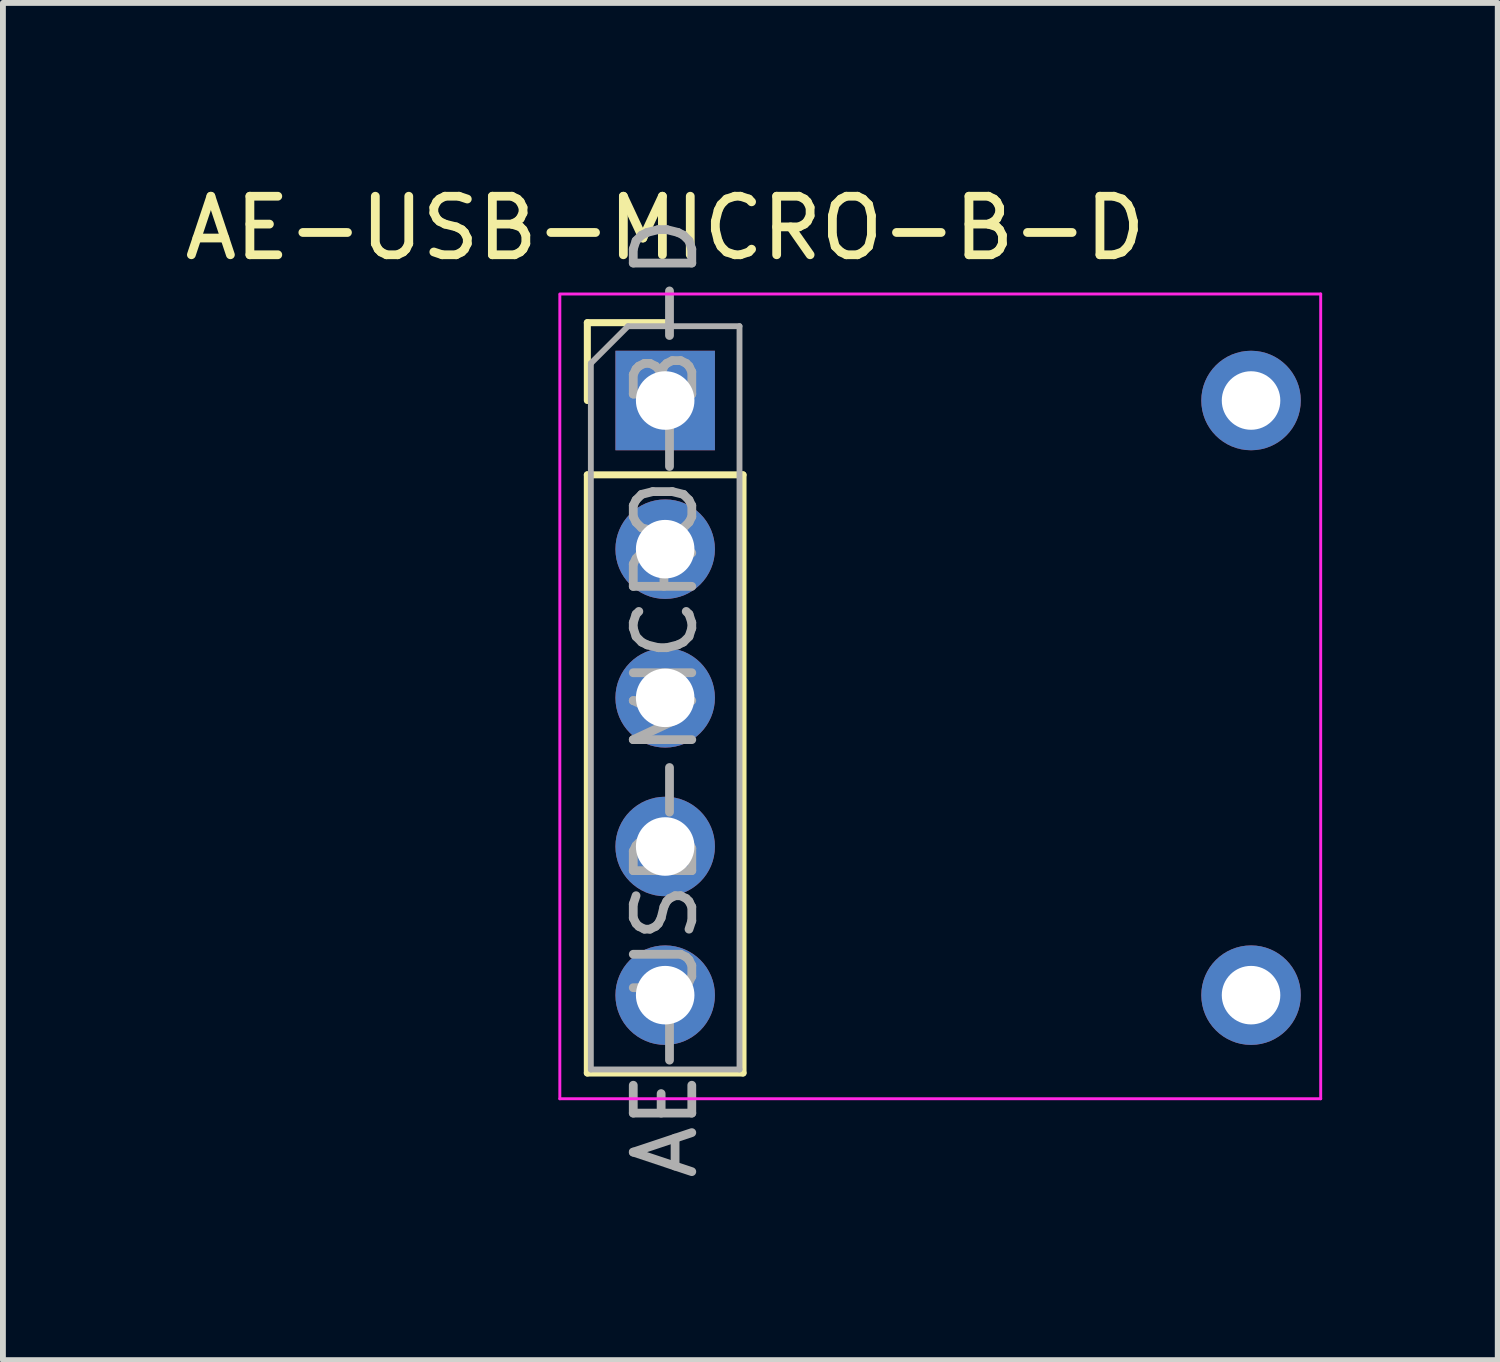
<source format=kicad_pcb>
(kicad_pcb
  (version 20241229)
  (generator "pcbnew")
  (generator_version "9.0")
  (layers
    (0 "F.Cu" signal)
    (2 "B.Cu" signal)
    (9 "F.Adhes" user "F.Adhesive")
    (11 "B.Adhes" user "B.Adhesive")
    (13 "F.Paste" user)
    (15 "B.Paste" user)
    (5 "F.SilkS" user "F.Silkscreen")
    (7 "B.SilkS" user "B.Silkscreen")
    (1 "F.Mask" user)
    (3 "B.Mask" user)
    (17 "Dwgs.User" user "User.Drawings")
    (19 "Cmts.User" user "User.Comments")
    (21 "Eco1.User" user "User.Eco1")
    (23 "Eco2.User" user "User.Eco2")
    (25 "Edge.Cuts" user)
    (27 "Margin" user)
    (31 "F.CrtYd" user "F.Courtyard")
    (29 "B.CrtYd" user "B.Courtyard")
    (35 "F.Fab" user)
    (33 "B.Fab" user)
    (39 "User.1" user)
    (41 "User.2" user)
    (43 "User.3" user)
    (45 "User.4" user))
  (footprint "AE-USB-MICRO-B-D"
    (layer "F.Cu")
    (at 8.315 8.148)
    (property "Reference" "AE-USB-MICRO-B-D" (at 0 -7.3 0) (layer "F.SilkS") (effects (font (size 1 1) (thickness 0.15))))
    (attr through_hole)
    (fp_line (start -1.33 -5.685) (end 0 -5.685) (stroke (width 0.12) (type solid)) (layer "F.SilkS"))
    (fp_line (start -1.33 -4.355) (end -1.33 -5.685) (stroke (width 0.12) (type solid)) (layer "F.SilkS"))
    (fp_line (start -1.33 -3.085) (end -1.33 7.135) (stroke (width 0.12) (type solid)) (layer "F.SilkS"))
    (fp_line (start -1.33 -3.085) (end 1.33 -3.085) (stroke (width 0.12) (type solid)) (layer "F.SilkS"))
    (fp_line (start -1.33 7.135) (end 1.33 7.135) (stroke (width 0.12) (type solid)) (layer "F.SilkS"))
    (fp_line (start 1.33 -3.085) (end 1.33 7.135) (stroke (width 0.12) (type solid)) (layer "F.SilkS"))
    (fp_line (start -1.8 -6.155) (end -1.8 7.575) (stroke (width 0.05) (type solid)) (layer "F.CrtYd"))
    (fp_line (start -1.8 7.575) (end 11.2 7.575) (stroke (width 0.05) (type solid)) (layer "F.CrtYd"))
    (fp_line (start 11.2 -6.175) (end -1.8 -6.175) (stroke (width 0.05) (type solid)) (layer "F.CrtYd"))
    (fp_line (start 11.2 7.575) (end 11.2 -6.175) (stroke (width 0.05) (type solid)) (layer "F.CrtYd"))
    (fp_line (start -1.27 -4.99) (end -0.635 -5.625) (stroke (width 0.1) (type solid)) (layer "F.Fab"))
    (fp_line (start -1.27 7.075) (end -1.27 -4.99) (stroke (width 0.1) (type solid)) (layer "F.Fab"))
    (fp_line (start -0.635 -5.625) (end 1.27 -5.625) (stroke (width 0.1) (type solid)) (layer "F.Fab"))
    (fp_line (start 1.27 -5.625) (end 1.27 7.075) (stroke (width 0.1) (type solid)) (layer "F.Fab"))
    (fp_line (start 1.27 7.075) (end -1.27 7.075) (stroke (width 0.1) (type solid)) (layer "F.Fab"))
    (fp_text user "${REFERENCE}" (at 0 0.725 90) (layer "F.Fab") (effects (font (size 1 1) (thickness 0.15))))
    (pad "1" thru_hole rect (at 0 -4.355) (size 1.7 1.7) (drill 1) (layers "*.Cu" "*.Mask"))
    (pad "2" thru_hole oval (at 0 -1.815) (size 1.7 1.7) (drill 1) (layers "*.Cu" "*.Mask"))
    (pad "3" thru_hole oval (at 0 0.725) (size 1.7 1.7) (drill 1) (layers "*.Cu" "*.Mask"))
    (pad "4" thru_hole oval (at 0 3.265) (size 1.7 1.7) (drill 1) (layers "*.Cu" "*.Mask"))
    (pad "5" thru_hole oval (at 0 5.805) (size 1.7 1.7) (drill 1) (layers "*.Cu" "*.Mask"))
    (pad "NC" thru_hole oval (at 10.01 -4.355) (size 1.7 1.7) (drill 1) (layers "*.Cu" "*.Mask"))
    (pad "NC" thru_hole oval (at 10.01 5.805) (size 1.7 1.7) (drill 1) (layers "*.Cu" "*.Mask")))
  (gr_rect
    (start -3 -3)
    (end 22.54 20.189)
    (stroke (width 0.1) (type default))
    (fill no)
    (layer "Edge.Cuts")))
</source>
